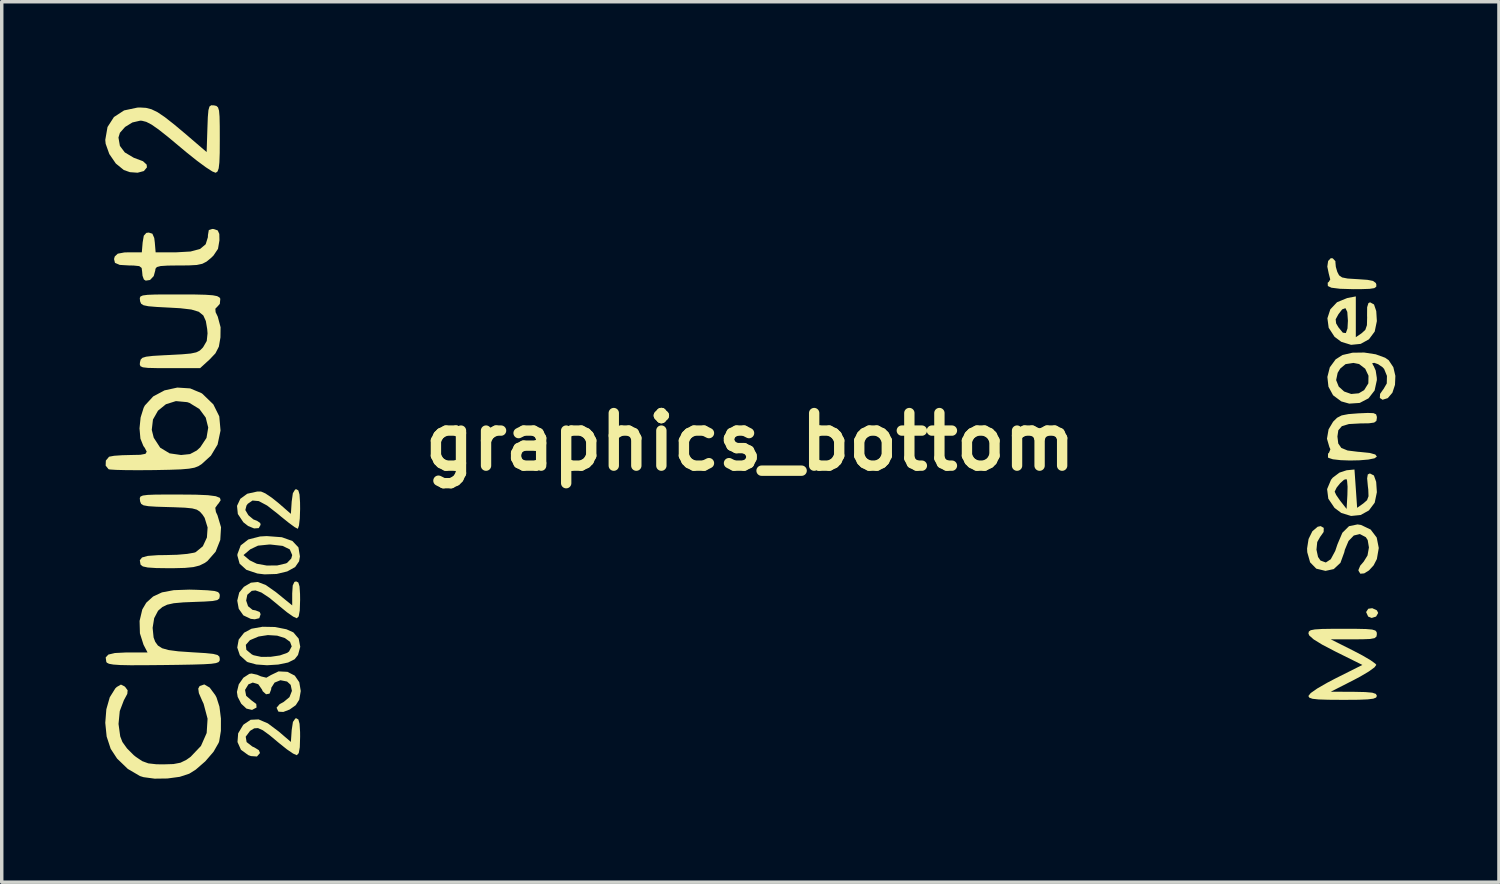
<source format=kicad_pcb>
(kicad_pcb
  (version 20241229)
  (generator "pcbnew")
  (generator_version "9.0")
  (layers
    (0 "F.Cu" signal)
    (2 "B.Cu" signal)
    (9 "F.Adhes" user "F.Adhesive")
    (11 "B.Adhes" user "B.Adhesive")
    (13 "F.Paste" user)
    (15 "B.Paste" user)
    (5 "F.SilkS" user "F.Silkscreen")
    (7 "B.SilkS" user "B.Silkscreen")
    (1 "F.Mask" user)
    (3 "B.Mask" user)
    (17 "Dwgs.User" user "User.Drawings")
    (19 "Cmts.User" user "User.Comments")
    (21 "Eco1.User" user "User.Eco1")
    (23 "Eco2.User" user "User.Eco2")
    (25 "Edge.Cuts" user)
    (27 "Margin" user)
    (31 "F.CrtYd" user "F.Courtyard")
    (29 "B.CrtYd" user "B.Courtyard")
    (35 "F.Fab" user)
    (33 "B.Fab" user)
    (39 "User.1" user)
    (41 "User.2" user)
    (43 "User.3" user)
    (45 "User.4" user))
  (footprint "graphics_bottom"
    (layer "F.Cu")
    (at 18.688 9.752)
    (property "Reference" "graphics_bottom" (at 0 0 0) (layer "F.SilkS") (effects (font (size 1.524 1.524) (thickness 0.3))))
    (attr board_only exclude_from_pos_files exclude_from_bom)
    (fp_poly (pts (xy 18.154 4.881) (xy 18.192 4.957) (xy 18.131 5.062) (xy 18.003 5.102) (xy 17.902 5.062) (xy 17.842 4.931) (xy 17.905 4.835) (xy 18.02 4.819)) (stroke (width 0) (type solid)) (fill yes) (layer "F.SilkS"))
    (fp_poly (pts (xy 16.876 -5.317) (xy 16.953 -5.234) (xy 16.953 -5.199) (xy 16.965 -5.07) (xy 17.007 -4.926) (xy 17.06 -4.824) (xy 17.146 -4.764) (xy 17.306 -4.732) (xy 17.577 -4.715) (xy 17.597 -4.714) (xy 17.882 -4.694) (xy 18.046 -4.66) (xy 18.123 -4.603) (xy 18.139 -4.558) (xy 18.136 -4.494) (xy 18.08 -4.454) (xy 17.942 -4.433) (xy 17.696 -4.425) (xy 17.477 -4.424) (xy 17.088 -4.435) (xy 16.838 -4.466) (xy 16.734 -4.515) (xy 16.729 -4.611) (xy 16.759 -4.633) (xy 16.803 -4.705) (xy 16.76 -4.874) (xy 16.718 -5.077) (xy 16.742 -5.241) (xy 16.819 -5.322)) (stroke (width 0) (type solid)) (fill yes) (layer "F.SilkS"))
    (fp_poly (pts (xy -13.572 2.763) (xy -13.265 2.873) (xy -13.091 3.058) (xy -13.048 3.319) (xy -13.072 3.461) (xy -13.187 3.628) (xy -13.416 3.754) (xy -13.724 3.828) (xy -14.075 3.839) (xy -14.282 3.814) (xy -14.6 3.707) (xy -14.796 3.529) (xy -14.861 3.293) (xy -14.86 3.28) (xy -14.683 3.28) (xy -14.503 3.432) (xy -14.297 3.532) (xy -14.01 3.583) (xy -13.707 3.581) (xy -13.454 3.522) (xy -13.42 3.506) (xy -13.3 3.381) (xy -13.272 3.28) (xy -13.342 3.116) (xy -13.55 3.014) (xy -13.895 2.975) (xy -13.945 2.975) (xy -14.263 3.007) (xy -14.484 3.112) (xy -14.503 3.127) (xy -14.683 3.28) (xy -14.86 3.28) (xy -14.859 3.253) (xy -14.764 3) (xy -14.544 2.828) (xy -14.203 2.741) (xy -14.01 2.73)) (stroke (width 0) (type solid)) (fill yes) (layer "F.SilkS"))
    (fp_poly (pts (xy -13.772 5.364) (xy -13.439 5.43) (xy -13.238 5.52) (xy -13.084 5.702) (xy -13.039 5.938) (xy -13.104 6.175) (xy -13.201 6.298) (xy -13.391 6.393) (xy -13.676 6.452) (xy -14.001 6.472) (xy -14.313 6.45) (xy -14.558 6.383) (xy -14.587 6.368) (xy -14.788 6.185) (xy -14.864 5.96) (xy -14.85 5.881) (xy -14.616 5.881) (xy -14.6 6.026) (xy -14.442 6.158) (xy -14.389 6.183) (xy -14.174 6.229) (xy -13.899 6.228) (xy -13.626 6.187) (xy -13.417 6.113) (xy -13.363 6.073) (xy -13.286 5.926) (xy -13.335 5.793) (xy -13.484 5.685) (xy -13.706 5.615) (xy -13.976 5.598) (xy -14.247 5.64) (xy -14.497 5.746) (xy -14.616 5.881) (xy -14.85 5.881) (xy -14.822 5.728) (xy -14.665 5.529) (xy -14.451 5.414) (xy -14.131 5.357)) (stroke (width 0) (type solid)) (fill yes) (layer "F.SilkS"))
    (fp_poly (pts (xy -13.095 4.074) (xy -13.06 4.187) (xy -13.045 4.409) (xy -13.043 4.577) (xy -13.053 4.884) (xy -13.084 5.057) (xy -13.14 5.111) (xy -13.244 5.063) (xy -13.42 4.94) (xy -13.617 4.779) (xy -13.931 4.52) (xy -14.163 4.366) (xy -14.335 4.304) (xy -14.443 4.316) (xy -14.573 4.43) (xy -14.606 4.598) (xy -14.551 4.762) (xy -14.42 4.868) (xy -14.337 4.882) (xy -14.215 4.928) (xy -14.187 4.992) (xy -14.225 5.109) (xy -14.357 5.141) (xy -14.473 5.128) (xy -14.687 5.027) (xy -14.821 4.836) (xy -14.864 4.6) (xy -14.807 4.365) (xy -14.673 4.201) (xy -14.469 4.08) (xy -14.267 4.06) (xy -14.037 4.148) (xy -13.749 4.35) (xy -13.699 4.39) (xy -13.272 4.738) (xy -13.272 4.39) (xy -13.257 4.162) (xy -13.208 4.058) (xy -13.158 4.043)) (stroke (width 0) (type solid)) (fill yes) (layer "F.SilkS"))
    (fp_poly (pts (xy 17.544 -3.032) (xy 17.715 -3.149) (xy 17.819 -3.245) (xy 17.866 -3.381) (xy 17.872 -3.608) (xy 17.87 -3.654) (xy 17.872 -3.9) (xy 17.909 -4.02) (xy 17.957 -4.043) (xy 18.071 -3.981) (xy 18.136 -3.789) (xy 18.154 -3.499) (xy 18.091 -3.195) (xy 17.924 -2.971) (xy 17.685 -2.839) (xy 17.407 -2.811) (xy 17.123 -2.898) (xy 16.927 -3.045) (xy 16.758 -3.305) (xy 16.725 -3.55) (xy 16.96 -3.55) (xy 16.973 -3.433) (xy 17.041 -3.318) (xy 17.168 -3.163) (xy 17.255 -3.152) (xy 17.303 -3.286) (xy 17.315 -3.509) (xy 17.297 -3.765) (xy 17.243 -3.874) (xy 17.149 -3.838) (xy 17.041 -3.699) (xy 16.96 -3.55) (xy 16.725 -3.55) (xy 16.721 -3.581) (xy 16.805 -3.839) (xy 17 -4.046) (xy 17.293 -4.166) (xy 17.296 -4.167) (xy 17.544 -4.214)) (stroke (width 0) (type solid)) (fill yes) (layer "F.SilkS"))
    (fp_poly (pts (xy 18.055 -0.832) (xy 18.131 -0.798) (xy 18.153 -0.729) (xy 18.154 -0.695) (xy 18.14 -0.607) (xy 18.075 -0.559) (xy 17.925 -0.538) (xy 17.673 -0.534) (xy 17.344 -0.516) (xy 17.14 -0.455) (xy 17.037 -0.335) (xy 17.011 -0.156) (xy 17.035 0.047) (xy 17.124 0.176) (xy 17.305 0.25) (xy 17.607 0.288) (xy 17.653 0.291) (xy 17.947 0.321) (xy 18.108 0.366) (xy 18.154 0.428) (xy 18.085 0.477) (xy 17.904 0.513) (xy 17.652 0.534) (xy 17.371 0.54) (xy 17.1 0.53) (xy 16.879 0.505) (xy 16.751 0.463) (xy 16.737 0.449) (xy 16.739 0.341) (xy 16.767 0.314) (xy 16.807 0.215) (xy 16.778 0.151) (xy 16.708 -0.091) (xy 16.755 -0.363) (xy 16.886 -0.584) (xy 17.001 -0.698) (xy 17.133 -0.766) (xy 17.329 -0.804) (xy 17.611 -0.826) (xy 17.893 -0.838)) (stroke (width 0) (type solid)) (fill yes) (layer "F.SilkS"))
    (fp_poly (pts (xy -13.093 8.044) (xy -13.059 8.167) (xy -13.044 8.404) (xy -13.043 8.543) (xy -13.052 8.846) (xy -13.082 9.017) (xy -13.135 9.076) (xy -13.143 9.077) (xy -13.248 9.03) (xy -13.427 8.908) (xy -13.643 8.735) (xy -13.647 8.732) (xy -13.928 8.498) (xy -14.124 8.355) (xy -14.263 8.293) (xy -14.372 8.3) (xy -14.479 8.364) (xy -14.498 8.38) (xy -14.619 8.542) (xy -14.593 8.698) (xy -14.426 8.828) (xy -14.374 8.85) (xy -14.239 8.932) (xy -14.205 9.015) (xy -14.293 9.116) (xy -14.466 9.104) (xy -14.545 9.076) (xy -14.757 8.921) (xy -14.857 8.697) (xy -14.838 8.445) (xy -14.694 8.204) (xy -14.678 8.188) (xy -14.475 8.052) (xy -14.247 8.041) (xy -13.978 8.156) (xy -13.666 8.389) (xy -13.31 8.694) (xy -13.287 8.352) (xy -13.251 8.115) (xy -13.181 8.014) (xy -13.153 8.009)) (stroke (width 0) (type solid)) (fill yes) (layer "F.SilkS"))
    (fp_poly (pts (xy -13.095 1.406) (xy -13.06 1.525) (xy -13.045 1.753) (xy -13.043 1.945) (xy -13.052 2.218) (xy -13.075 2.421) (xy -13.107 2.515) (xy -13.113 2.517) (xy -13.2 2.471) (xy -13.37 2.346) (xy -13.592 2.168) (xy -13.682 2.092) (xy -13.999 1.845) (xy -14.24 1.716) (xy -14.422 1.7) (xy -14.559 1.794) (xy -14.596 1.845) (xy -14.63 1.976) (xy -14.544 2.121) (xy -14.535 2.131) (xy -14.395 2.248) (xy -14.29 2.288) (xy -14.199 2.35) (xy -14.187 2.403) (xy -14.241 2.499) (xy -14.376 2.508) (xy -14.549 2.438) (xy -14.687 2.33) (xy -14.847 2.09) (xy -14.871 1.855) (xy -14.775 1.65) (xy -14.574 1.503) (xy -14.284 1.439) (xy -14.173 1.44) (xy -14.05 1.493) (xy -13.861 1.62) (xy -13.677 1.767) (xy -13.31 2.086) (xy -13.287 1.729) (xy -13.253 1.488) (xy -13.188 1.381) (xy -13.153 1.373)) (stroke (width 0) (type solid)) (fill yes) (layer "F.SilkS"))
    (fp_poly (pts (xy 17.544 1.356) (xy 17.582 1.911) (xy 17.762 1.784) (xy 17.869 1.69) (xy 17.912 1.575) (xy 17.905 1.383) (xy 17.893 1.286) (xy 17.872 1.057) (xy 17.891 0.944) (xy 17.952 0.915) (xy 18.068 0.974) (xy 18.134 1.159) (xy 18.154 1.459) (xy 18.091 1.763) (xy 17.924 1.986) (xy 17.685 2.119) (xy 17.407 2.147) (xy 17.123 2.06) (xy 16.927 1.913) (xy 16.747 1.647) (xy 16.722 1.447) (xy 16.933 1.447) (xy 16.976 1.54) (xy 17.082 1.694) (xy 17.105 1.724) (xy 17.277 1.943) (xy 17.3 1.535) (xy 17.305 1.298) (xy 17.291 1.129) (xy 17.274 1.079) (xy 17.203 1.098) (xy 17.093 1.196) (xy 16.989 1.325) (xy 16.934 1.436) (xy 16.933 1.447) (xy 16.722 1.447) (xy 16.712 1.369) (xy 16.825 1.1) (xy 16.876 1.037) (xy 17.07 0.891) (xy 17.277 0.823) (xy 17.505 0.801)) (stroke (width 0) (type solid)) (fill yes) (layer "F.SilkS"))
    (fp_poly (pts (xy 17.696 2.408) (xy 17.974 2.541) (xy 18.149 2.772) (xy 18.209 3.075) (xy 18.154 3.395) (xy 18.059 3.579) (xy 17.925 3.725) (xy 17.786 3.811) (xy 17.674 3.82) (xy 17.621 3.732) (xy 17.62 3.711) (xy 17.672 3.587) (xy 17.772 3.471) (xy 17.883 3.291) (xy 17.924 3.059) (xy 17.888 2.846) (xy 17.833 2.761) (xy 17.661 2.671) (xy 17.486 2.713) (xy 17.333 2.872) (xy 17.225 3.129) (xy 17.21 3.199) (xy 17.098 3.506) (xy 16.905 3.686) (xy 16.666 3.738) (xy 16.399 3.674) (xy 16.22 3.491) (xy 16.137 3.198) (xy 16.132 3.089) (xy 16.175 2.814) (xy 16.285 2.59) (xy 16.439 2.459) (xy 16.526 2.441) (xy 16.615 2.492) (xy 16.612 2.61) (xy 16.521 2.74) (xy 16.514 2.746) (xy 16.426 2.903) (xy 16.404 3.124) (xy 16.449 3.334) (xy 16.52 3.438) (xy 16.675 3.495) (xy 16.818 3.401) (xy 16.948 3.159) (xy 17.012 2.968) (xy 17.154 2.634) (xy 17.347 2.443) (xy 17.594 2.392)) (stroke (width 0) (type solid)) (fill yes) (layer "F.SilkS"))
    (fp_poly (pts (xy -13.41 6.663) (xy -13.197 6.773) (xy -13.067 6.964) (xy -13.024 7.219) (xy -13.068 7.471) (xy -13.169 7.629) (xy -13.346 7.755) (xy -13.529 7.825) (xy -13.663 7.818) (xy -13.678 7.806) (xy -13.725 7.702) (xy -13.637 7.6) (xy -13.52 7.536) (xy -13.351 7.396) (xy -13.28 7.215) (xy -13.316 7.041) (xy -13.42 6.944) (xy -13.613 6.906) (xy -13.783 6.975) (xy -13.877 7.123) (xy -13.882 7.173) (xy -13.929 7.295) (xy -14.029 7.313) (xy -14.127 7.225) (xy -14.147 7.177) (xy -14.255 7.023) (xy -14.414 6.974) (xy -14.54 7.025) (xy -14.638 7.186) (xy -14.606 7.357) (xy -14.453 7.49) (xy -14.452 7.49) (xy -14.313 7.594) (xy -14.305 7.697) (xy -14.433 7.765) (xy -14.437 7.766) (xy -14.598 7.728) (xy -14.749 7.587) (xy -14.852 7.387) (xy -14.874 7.246) (xy -14.82 7.025) (xy -14.687 6.834) (xy -14.516 6.723) (xy -14.449 6.712) (xy -14.287 6.747) (xy -14.176 6.795) (xy -14.02 6.833) (xy -13.889 6.757) (xy -13.668 6.65)) (stroke (width 0) (type solid)) (fill yes) (layer "F.SilkS"))
    (fp_poly (pts (xy -15.541 -6.165) (xy -15.43 -6.126) (xy -15.384 -6.024) (xy -15.38 -5.839) (xy -15.422 -5.592) (xy -15.555 -5.395) (xy -15.629 -5.324) (xy -15.754 -5.222) (xy -15.877 -5.159) (xy -16.037 -5.125) (xy -16.277 -5.112) (xy -16.553 -5.111) (xy -16.881 -5.107) (xy -17.084 -5.094) (xy -17.193 -5.065) (xy -17.234 -5.015) (xy -17.238 -4.973) (xy -17.284 -4.803) (xy -17.391 -4.69) (xy -17.516 -4.671) (xy -17.569 -4.704) (xy -17.609 -4.813) (xy -17.62 -4.933) (xy -17.634 -5.039) (xy -17.704 -5.092) (xy -17.868 -5.109) (xy -17.997 -5.111) (xy -18.268 -5.127) (xy -18.407 -5.186) (xy -18.434 -5.297) (xy -18.413 -5.371) (xy -18.327 -5.452) (xy -18.134 -5.488) (xy -17.998 -5.492) (xy -17.629 -5.492) (xy -17.605 -5.778) (xy -17.572 -5.973) (xy -17.499 -6.054) (xy -17.429 -6.064) (xy -17.323 -6.031) (xy -17.269 -5.907) (xy -17.253 -5.778) (xy -17.229 -5.492) (xy -16.624 -5.492) (xy -16.217 -5.515) (xy -15.941 -5.589) (xy -15.779 -5.725) (xy -15.715 -5.929) (xy -15.713 -5.993) (xy -15.688 -6.136) (xy -15.587 -6.169)) (stroke (width 0) (type solid)) (fill yes) (layer "F.SilkS"))
    (fp_poly (pts (xy 18.12 -2.537) (xy 18.394 -2.437) (xy 18.496 -2.366) (xy 18.631 -2.163) (xy 18.69 -1.912) (xy 18.679 -1.652) (xy 18.604 -1.424) (xy 18.47 -1.267) (xy 18.319 -1.22) (xy 18.24 -1.272) (xy 18.247 -1.39) (xy 18.336 -1.518) (xy 18.344 -1.526) (xy 18.441 -1.692) (xy 18.446 -1.911) (xy 18.364 -2.112) (xy 18.319 -2.162) (xy 18.191 -2.25) (xy 18.078 -2.29) (xy 18.018 -2.278) (xy 18.053 -2.207) (xy 18.062 -2.197) (xy 18.12 -2.066) (xy 18.152 -1.856) (xy 18.154 -1.791) (xy 18.088 -1.488) (xy 17.912 -1.261) (xy 17.657 -1.128) (xy 17.353 -1.108) (xy 17.122 -1.173) (xy 16.885 -1.35) (xy 16.751 -1.598) (xy 16.73 -1.789) (xy 16.974 -1.789) (xy 17.049 -1.601) (xy 17.206 -1.459) (xy 17.411 -1.387) (xy 17.63 -1.407) (xy 17.785 -1.499) (xy 17.907 -1.695) (xy 17.911 -1.917) (xy 17.816 -2.119) (xy 17.639 -2.255) (xy 17.475 -2.287) (xy 17.247 -2.252) (xy 17.093 -2.124) (xy 17.018 -2.001) (xy 16.974 -1.789) (xy 16.73 -1.789) (xy 16.72 -1.881) (xy 16.79 -2.158) (xy 16.96 -2.391) (xy 17.158 -2.516) (xy 17.446 -2.583) (xy 17.785 -2.588)) (stroke (width 0) (type solid)) (fill yes) (layer "F.SilkS"))
    (fp_poly (pts (xy 17.567 5.417) (xy 17.844 5.423) (xy 18.016 5.438) (xy 18.109 5.466) (xy 18.147 5.51) (xy 18.154 5.568) (xy 18.142 5.641) (xy 18.087 5.687) (xy 17.959 5.711) (xy 17.73 5.72) (xy 17.486 5.721) (xy 16.819 5.722) (xy 17.465 6.046) (xy 17.748 6.195) (xy 17.975 6.329) (xy 18.112 6.429) (xy 18.138 6.461) (xy 18.085 6.533) (xy 17.922 6.652) (xy 17.674 6.799) (xy 17.492 6.896) (xy 16.819 7.239) (xy 17.486 7.242) (xy 17.816 7.249) (xy 18.02 7.267) (xy 18.124 7.302) (xy 18.154 7.358) (xy 18.154 7.361) (xy 18.132 7.408) (xy 18.05 7.441) (xy 17.887 7.461) (xy 17.62 7.472) (xy 17.225 7.475) (xy 17.162 7.475) (xy 16.749 7.472) (xy 16.465 7.463) (xy 16.29 7.444) (xy 16.199 7.413) (xy 16.171 7.367) (xy 16.171 7.361) (xy 16.237 7.278) (xy 16.424 7.147) (xy 16.712 6.981) (xy 16.952 6.855) (xy 17.734 6.463) (xy 16.952 6.075) (xy 16.571 5.876) (xy 16.322 5.723) (xy 16.194 5.609) (xy 16.171 5.551) (xy 16.183 5.495) (xy 16.238 5.457) (xy 16.358 5.434) (xy 16.568 5.421) (xy 16.891 5.416) (xy 17.162 5.416)) (stroke (width 0) (type solid)) (fill yes) (layer "F.SilkS"))
    (fp_poly (pts (xy -15.663 7.119) (xy -15.502 7.336) (xy -15.465 7.405) (xy -15.38 7.671) (xy -15.337 8.017) (xy -15.338 8.374) (xy -15.387 8.674) (xy -15.403 8.72) (xy -15.552 8.98) (xy -15.789 9.255) (xy -16.066 9.496) (xy -16.256 9.615) (xy -16.531 9.705) (xy -16.887 9.753) (xy -17.258 9.758) (xy -17.579 9.715) (xy -17.681 9.683) (xy -18.035 9.476) (xy -18.346 9.176) (xy -18.531 8.894) (xy -18.648 8.538) (xy -18.688 8.141) (xy -18.657 7.748) (xy -18.558 7.4) (xy -18.396 7.141) (xy -18.352 7.1) (xy -18.234 7.032) (xy -18.132 7.083) (xy -18.106 7.108) (xy -18.04 7.199) (xy -18.05 7.302) (xy -18.142 7.473) (xy -18.148 7.483) (xy -18.268 7.799) (xy -18.304 8.172) (xy -18.255 8.532) (xy -18.192 8.695) (xy -18.058 8.882) (xy -17.862 9.078) (xy -17.797 9.13) (xy -17.618 9.25) (xy -17.441 9.315) (xy -17.207 9.341) (xy -17.01 9.344) (xy -16.713 9.335) (xy -16.509 9.296) (xy -16.337 9.212) (xy -16.214 9.124) (xy -15.915 8.809) (xy -15.75 8.435) (xy -15.724 8.021) (xy -15.839 7.588) (xy -15.88 7.501) (xy -15.976 7.281) (xy -15.994 7.148) (xy -15.954 7.075) (xy -15.819 7.028)) (stroke (width 0) (type solid)) (fill yes) (layer "F.SilkS"))
    (fp_poly (pts (xy -16.106 -4.27) (xy -15.787 -4.262) (xy -15.574 -4.247) (xy -15.446 -4.222) (xy -15.379 -4.184) (xy -15.355 -4.146) (xy -15.369 -3.998) (xy -15.425 -3.934) (xy -15.499 -3.857) (xy -15.491 -3.757) (xy -15.429 -3.628) (xy -15.347 -3.321) (xy -15.351 -3.025) (xy -15.397 -2.758) (xy -15.496 -2.565) (xy -15.664 -2.388) (xy -15.94 -2.136) (xy -16.823 -2.136) (xy -17.201 -2.137) (xy -17.451 -2.143) (xy -17.599 -2.16) (xy -17.669 -2.192) (xy -17.688 -2.245) (xy -17.682 -2.307) (xy -17.663 -2.383) (xy -17.612 -2.435) (xy -17.503 -2.468) (xy -17.307 -2.491) (xy -16.998 -2.509) (xy -16.831 -2.517) (xy -16.462 -2.537) (xy -16.213 -2.559) (xy -16.053 -2.593) (xy -15.949 -2.645) (xy -15.869 -2.723) (xy -15.851 -2.745) (xy -15.748 -2.923) (xy -15.725 -3.141) (xy -15.735 -3.268) (xy -15.774 -3.5) (xy -15.847 -3.662) (xy -15.978 -3.769) (xy -16.194 -3.834) (xy -16.518 -3.872) (xy -16.84 -3.89) (xy -17.202 -3.909) (xy -17.439 -3.929) (xy -17.579 -3.958) (xy -17.649 -4.002) (xy -17.677 -4.068) (xy -17.682 -4.1) (xy -17.688 -4.166) (xy -17.668 -4.212) (xy -17.6 -4.242) (xy -17.462 -4.26) (xy -17.233 -4.269) (xy -16.888 -4.271) (xy -16.555 -4.271)) (stroke (width 0) (type solid)) (fill yes) (layer "F.SilkS"))
    (fp_poly (pts (xy -16.069 1.53) (xy -15.714 1.545) (xy -15.485 1.575) (xy -15.366 1.623) (xy -15.345 1.692) (xy -15.407 1.786) (xy -15.428 1.808) (xy -15.501 1.911) (xy -15.482 2.033) (xy -15.438 2.124) (xy -15.334 2.474) (xy -15.356 2.842) (xy -15.491 3.183) (xy -15.729 3.454) (xy -15.812 3.512) (xy -15.957 3.583) (xy -16.134 3.628) (xy -16.38 3.652) (xy -16.732 3.661) (xy -16.84 3.661) (xy -17.213 3.656) (xy -17.458 3.64) (xy -17.6 3.609) (xy -17.663 3.56) (xy -17.667 3.55) (xy -17.687 3.43) (xy -17.623 3.35) (xy -17.457 3.304) (xy -17.169 3.283) (xy -16.932 3.28) (xy -16.603 3.271) (xy -16.313 3.246) (xy -16.11 3.21) (xy -16.068 3.195) (xy -15.861 3.025) (xy -15.743 2.771) (xy -15.723 2.481) (xy -15.809 2.202) (xy -15.869 2.11) (xy -15.947 2.022) (xy -16.036 1.964) (xy -16.169 1.928) (xy -16.379 1.907) (xy -16.697 1.894) (xy -16.842 1.89) (xy -17.203 1.879) (xy -17.439 1.864) (xy -17.579 1.839) (xy -17.648 1.797) (xy -17.676 1.732) (xy -17.682 1.697) (xy -17.688 1.631) (xy -17.668 1.585) (xy -17.6 1.555) (xy -17.461 1.537) (xy -17.231 1.528) (xy -16.885 1.526) (xy -16.562 1.526)) (stroke (width 0) (type solid)) (fill yes) (layer "F.SilkS"))
    (fp_poly (pts (xy -15.538 -9.749) (xy -15.538 -9.749) (xy -15.468 -9.733) (xy -15.421 -9.69) (xy -15.392 -9.595) (xy -15.377 -9.423) (xy -15.371 -9.147) (xy -15.37 -8.773) (xy -15.372 -8.37) (xy -15.382 -8.095) (xy -15.402 -7.925) (xy -15.435 -7.834) (xy -15.484 -7.799) (xy -15.492 -7.797) (xy -15.589 -7.836) (xy -15.779 -7.959) (xy -16.037 -8.15) (xy -16.34 -8.392) (xy -16.517 -8.54) (xy -16.878 -8.841) (xy -17.148 -9.054) (xy -17.348 -9.193) (xy -17.499 -9.271) (xy -17.623 -9.303) (xy -17.676 -9.306) (xy -17.902 -9.254) (xy -18.114 -9.124) (xy -18.264 -8.954) (xy -18.306 -8.817) (xy -18.264 -8.575) (xy -18.122 -8.386) (xy -17.862 -8.231) (xy -17.595 -8.131) (xy -17.489 -8.033) (xy -17.481 -7.952) (xy -17.57 -7.846) (xy -17.751 -7.798) (xy -17.975 -7.814) (xy -18.151 -7.876) (xy -18.382 -8.064) (xy -18.571 -8.339) (xy -18.677 -8.637) (xy -18.688 -8.749) (xy -18.623 -9.122) (xy -18.437 -9.411) (xy -18.143 -9.603) (xy -17.756 -9.685) (xy -17.673 -9.687) (xy -17.507 -9.677) (xy -17.349 -9.636) (xy -17.175 -9.552) (xy -16.963 -9.409) (xy -16.689 -9.194) (xy -16.33 -8.893) (xy -16.247 -8.821) (xy -15.751 -8.396) (xy -15.729 -9.084) (xy -15.717 -9.41) (xy -15.699 -9.611) (xy -15.669 -9.716) (xy -15.618 -9.752)) (stroke (width 0) (type solid)) (fill yes) (layer "F.SilkS"))
    (fp_poly (pts (xy -16.056 4.286) (xy -15.73 4.3) (xy -15.527 4.32) (xy -15.418 4.353) (xy -15.376 4.406) (xy -15.37 4.462) (xy -15.383 4.537) (xy -15.442 4.584) (xy -15.577 4.611) (xy -15.818 4.627) (xy -16.018 4.634) (xy -16.42 4.65) (xy -16.702 4.675) (xy -16.895 4.718) (xy -17.032 4.784) (xy -17.145 4.881) (xy -17.16 4.897) (xy -17.271 5.108) (xy -17.316 5.388) (xy -17.288 5.667) (xy -17.241 5.793) (xy -17.162 5.902) (xy -17.042 5.979) (xy -16.854 6.032) (xy -16.571 6.069) (xy -16.164 6.097) (xy -16.132 6.099) (xy -15.785 6.12) (xy -15.562 6.143) (xy -15.437 6.175) (xy -15.382 6.223) (xy -15.37 6.293) (xy -15.376 6.343) (xy -15.407 6.382) (xy -15.482 6.41) (xy -15.62 6.43) (xy -15.84 6.443) (xy -16.161 6.453) (xy -16.602 6.461) (xy -16.992 6.466) (xy -17.541 6.471) (xy -17.955 6.472) (xy -18.254 6.466) (xy -18.456 6.452) (xy -18.579 6.43) (xy -18.641 6.399) (xy -18.658 6.374) (xy -18.676 6.246) (xy -18.599 6.163) (xy -18.409 6.118) (xy -18.089 6.102) (xy -18.033 6.102) (xy -17.463 6.102) (xy -17.58 5.877) (xy -17.684 5.548) (xy -17.694 5.188) (xy -17.615 4.855) (xy -17.5 4.66) (xy -17.301 4.48) (xy -17.045 4.361) (xy -16.705 4.297) (xy -16.254 4.281)) (stroke (width 0) (type solid)) (fill yes) (layer "F.SilkS"))
    (fp_poly (pts (xy -16.229 -1.549) (xy -15.902 -1.412) (xy -15.872 -1.391) (xy -15.557 -1.086) (xy -15.385 -0.739) (xy -15.349 -0.336) (xy -15.35 -0.321) (xy -15.434 0.078) (xy -15.627 0.4) (xy -15.895 0.644) (xy -15.989 0.704) (xy -16.103 0.748) (xy -16.262 0.777) (xy -16.493 0.797) (xy -16.823 0.809) (xy -17.277 0.818) (xy -17.301 0.818) (xy -17.718 0.821) (xy -18.084 0.819) (xy -18.371 0.812) (xy -18.55 0.801) (xy -18.592 0.793) (xy -18.677 0.688) (xy -18.671 0.542) (xy -18.58 0.433) (xy -18.567 0.428) (xy -18.43 0.403) (xy -18.196 0.387) (xy -17.957 0.381) (xy -17.674 0.375) (xy -17.524 0.347) (xy -17.487 0.284) (xy -17.545 0.172) (xy -17.584 0.119) (xy -17.67 -0.095) (xy -17.692 -0.348) (xy -17.341 -0.348) (xy -17.284 -0.12) (xy -17.097 0.168) (xy -16.824 0.333) (xy -16.491 0.381) (xy -16.233 0.354) (xy -16.038 0.251) (xy -15.936 0.158) (xy -15.755 -0.115) (xy -15.705 -0.414) (xy -15.778 -0.704) (xy -15.962 -0.953) (xy -16.25 -1.129) (xy -16.316 -1.151) (xy -16.641 -1.181) (xy -16.931 -1.09) (xy -17.161 -0.903) (xy -17.306 -0.647) (xy -17.341 -0.348) (xy -17.692 -0.348) (xy -17.696 -0.39) (xy -17.664 -0.707) (xy -17.576 -0.988) (xy -17.541 -1.054) (xy -17.299 -1.317) (xy -16.971 -1.492) (xy -16.6 -1.573)) (stroke (width 0) (type solid)) (fill yes) (layer "F.SilkS")))
  (gr_rect
    (start -3 -3)
    (end 40.379 22.51)
    (stroke (width 0.1) (type default))
    (fill no)
    (layer "Edge.Cuts")))
</source>
